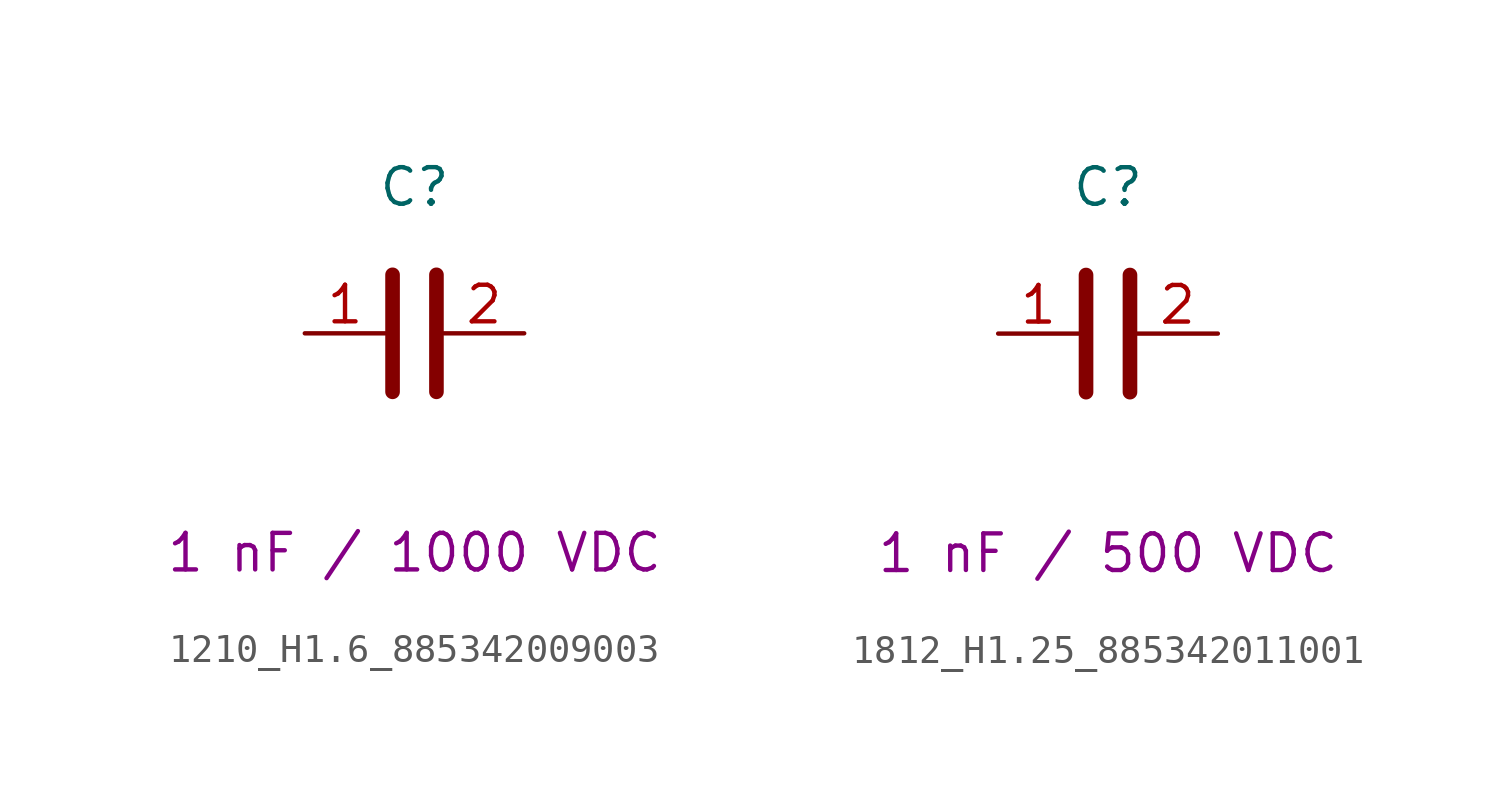
<source format=kicad_sym>
(kicad_symbol_lib
  (version 20220914)
  (generator kicad_symbol_editor)
  (symbol "1210_H1.6_885342009003"
    (pin_names hide)
    (property "Reference" "C"
      (at 0 5.08 0)
      (effects (font (size 1.27 1.27))))
    (property "Critical Parameter" "1 nF / 1000 VDC"
      (at 0 -7.62 0)
      (effects (font (size 1.27 1.27))))
    (symbol "1210_H1.6_885342009003_0_1"
      (polyline (pts (xy -0.762 -2.032) (xy -0.762 2.032)) (stroke (width 0.508) (type default)) (fill (type none)))
      (polyline (pts (xy 0.762 -2.032) (xy 0.762 2.032)) (stroke (width 0.508) (type default)) (fill (type none))))
    (symbol "1210_H1.6_885342009003_1_1"
      (pin passive line (at -3.81 0 0) (length 2.794) (name "1" (effects (font (size 1.27 1.27)))) (number "1" (effects (font (size 1.27 1.27)))))
      (pin passive line (at 3.81 0 180) (length 2.794) (name "2" (effects (font (size 1.27 1.27)))) (number "2" (effects (font (size 1.27 1.27)))))))
  (symbol "1812_H1.25_885342011001"
    (pin_names hide)
    (property "Reference" "C"
      (at 0 5.08 0)
      (effects (font (size 1.27 1.27))))
    (property "Critical Parameter" "1 nF / 500 VDC"
      (at 0 -7.62 0)
      (effects (font (size 1.27 1.27))))
    (symbol "1812_H1.25_885342011001_0_1"
      (polyline (pts (xy -0.762 -2.032) (xy -0.762 2.032)) (stroke (width 0.508) (type default)) (fill (type none)))
      (polyline (pts (xy 0.762 -2.032) (xy 0.762 2.032)) (stroke (width 0.508) (type default)) (fill (type none))))
    (symbol "1812_H1.25_885342011001_1_1"
      (pin passive line (at -3.81 0 0) (length 2.794) (name "1" (effects (font (size 1.27 1.27)))) (number "1" (effects (font (size 1.27 1.27)))))
      (pin passive line (at 3.81 0 180) (length 2.794) (name "2" (effects (font (size 1.27 1.27)))) (number "2" (effects (font (size 1.27 1.27))))))))
</source>
